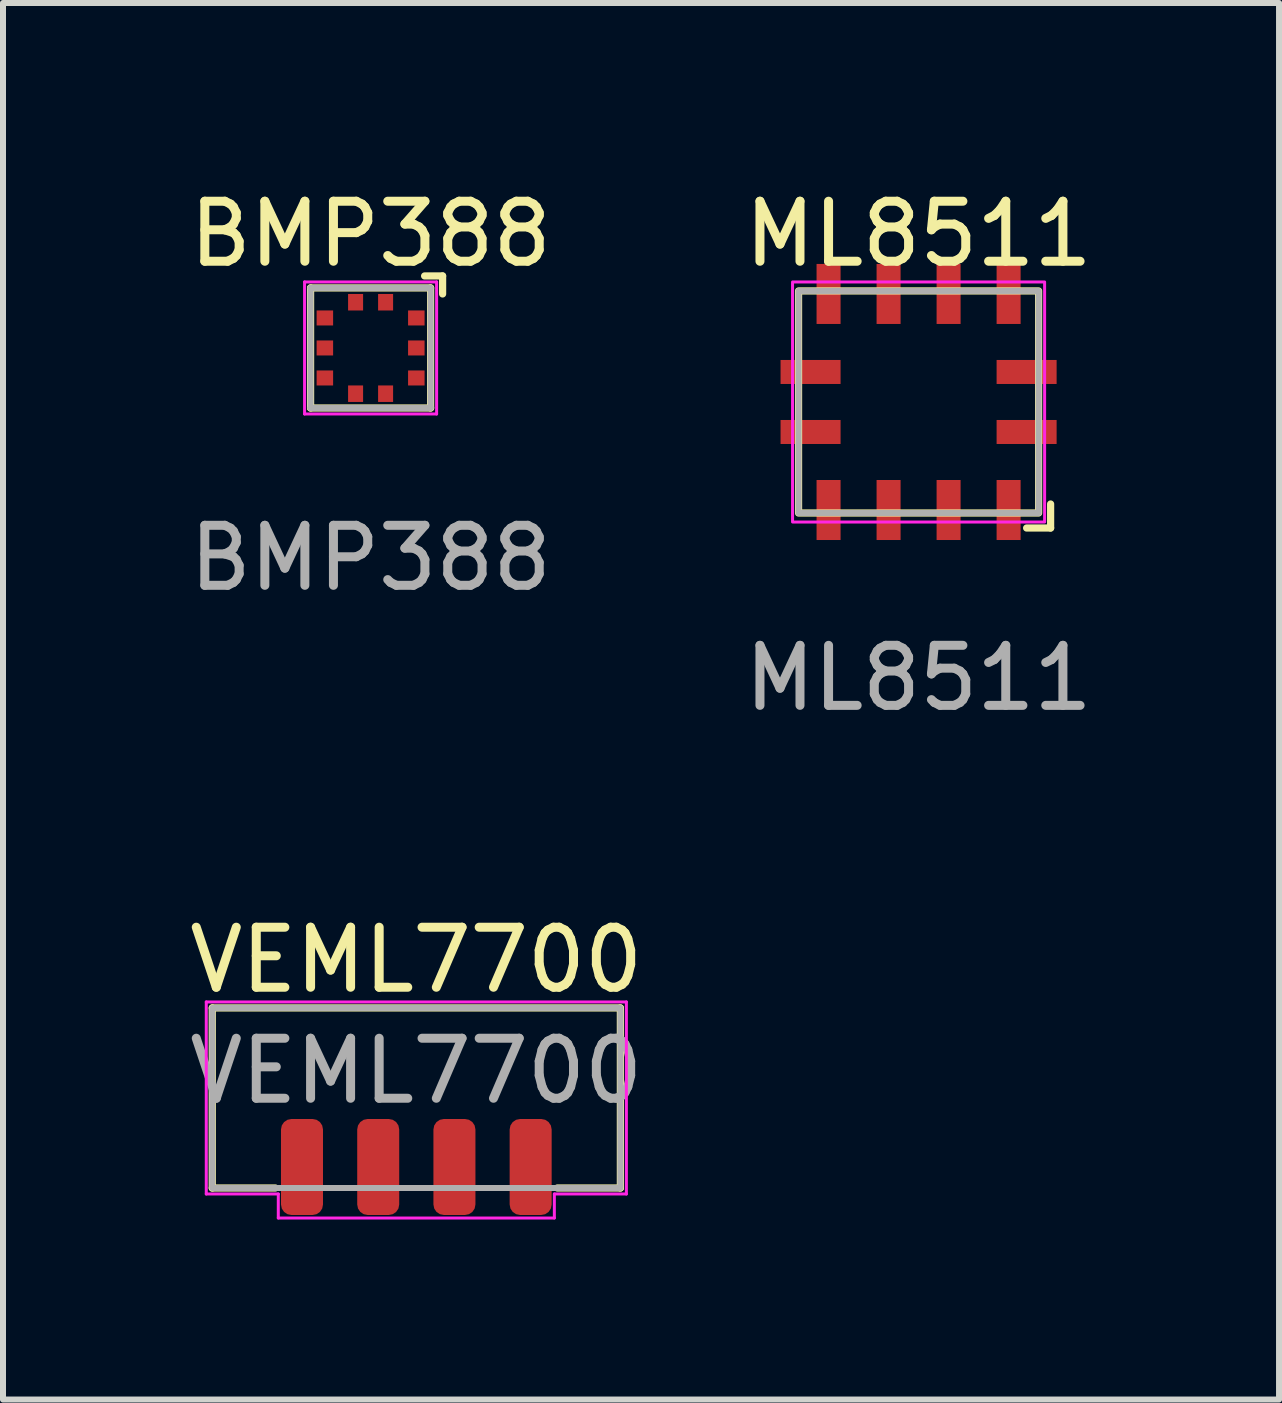
<source format=kicad_pcb>
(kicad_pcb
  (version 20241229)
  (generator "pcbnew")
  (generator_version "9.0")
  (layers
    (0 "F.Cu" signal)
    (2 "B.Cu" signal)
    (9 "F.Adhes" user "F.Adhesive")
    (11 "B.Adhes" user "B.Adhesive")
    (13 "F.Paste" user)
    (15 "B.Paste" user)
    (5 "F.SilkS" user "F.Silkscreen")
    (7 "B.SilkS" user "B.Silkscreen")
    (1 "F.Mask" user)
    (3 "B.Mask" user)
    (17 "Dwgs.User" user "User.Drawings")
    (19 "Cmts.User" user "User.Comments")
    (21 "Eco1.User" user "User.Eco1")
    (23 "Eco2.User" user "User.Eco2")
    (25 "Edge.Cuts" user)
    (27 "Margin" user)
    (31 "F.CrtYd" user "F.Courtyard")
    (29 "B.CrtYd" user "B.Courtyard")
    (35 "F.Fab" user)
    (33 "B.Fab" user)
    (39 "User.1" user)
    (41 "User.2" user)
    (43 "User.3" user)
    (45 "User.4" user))
  (footprint "VEML7700"
    (layer "F.Cu")
    (at 3.887 14.795)
    (property "Reference" "VEML7700" (at 0 -1.85 0) (unlocked yes) (layer "F.SilkS") (effects (font (size 1 1) (thickness 0.15))))
    (attr smd)
    (fp_line (start -3.4 -1.05) (end 3.4 -1.05) (stroke (width 0.12) (type solid)) (layer "F.SilkS"))
    (fp_line (start -3.4 1.95) (end -3.4 -1.05) (stroke (width 0.12) (type solid)) (layer "F.SilkS"))
    (fp_line (start -2.35 1.95) (end -3.4 1.95) (stroke (width 0.12) (type solid)) (layer "F.SilkS"))
    (fp_line (start 3.4 -1.05) (end 3.4 1.95) (stroke (width 0.12) (type solid)) (layer "F.SilkS"))
    (fp_line (start 3.4 1.95) (end 2.35 1.95) (stroke (width 0.12) (type solid)) (layer "F.SilkS"))
    (fp_line (start -3.5 -1.15) (end -3.5 2.05) (stroke (width 0.05) (type solid)) (layer "F.CrtYd"))
    (fp_line (start -3.5 2.05) (end -2.3 2.05) (stroke (width 0.05) (type solid)) (layer "F.CrtYd"))
    (fp_line (start -2.3 2.05) (end -2.3 2.45) (stroke (width 0.05) (type solid)) (layer "F.CrtYd"))
    (fp_line (start -2.3 2.45) (end 2.3 2.45) (stroke (width 0.05) (type solid)) (layer "F.CrtYd"))
    (fp_line (start 2.3 2.05) (end 3.5 2.05) (stroke (width 0.05) (type solid)) (layer "F.CrtYd"))
    (fp_line (start 2.3 2.45) (end 2.3 2.05) (stroke (width 0.05) (type solid)) (layer "F.CrtYd"))
    (fp_line (start 3.5 -1.15) (end -3.5 -1.15) (stroke (width 0.05) (type solid)) (layer "F.CrtYd"))
    (fp_line (start 3.5 2.05) (end 3.5 -1.15) (stroke (width 0.05) (type solid)) (layer "F.CrtYd"))
    (fp_rect (start -3.4 -1.05) (end 3.4 1.95) (stroke (width 0.1) (type solid)) (fill no) (layer "F.Fab"))
    (fp_text user "${REFERENCE}" (at 0 0 0) (unlocked yes) (layer "F.Fab") (effects (font (size 1 1) (thickness 0.15))))
    (pad "1" smd roundrect (at -1.905 1.6) (size 0.7 1.6) (layers "F.Cu" "F.Mask" "F.Paste") (roundrect_rratio 0.25))
    (pad "2" smd roundrect (at -0.635 1.6) (size 0.7 1.6) (layers "F.Cu" "F.Mask" "F.Paste") (roundrect_rratio 0.25))
    (pad "3" smd roundrect (at 0.635 1.6) (size 0.7 1.6) (layers "F.Cu" "F.Mask" "F.Paste") (roundrect_rratio 0.25))
    (pad "4" smd roundrect (at 1.905 1.6) (size 0.7 1.6) (layers "F.Cu" "F.Mask" "F.Paste") (roundrect_rratio 0.25)))
  (footprint "BMP388"
    (layer "F.Cu")
    (at 3.125 2.748)
    (property "Reference" "BMP388" (at 0 -1.9 0) (unlocked yes) (layer "F.SilkS") (effects (font (size 1 1) (thickness 0.15))))
    (attr smd)
    (fp_line (start -1 -1) (end -1 1) (stroke (width 0.12) (type solid)) (layer "F.SilkS"))
    (fp_line (start -1 1) (end 1 1) (stroke (width 0.12) (type solid)) (layer "F.SilkS"))
    (fp_line (start 1 -1) (end -1 -1) (stroke (width 0.12) (type solid)) (layer "F.SilkS"))
    (fp_line (start 1 1) (end 1 -1) (stroke (width 0.12) (type solid)) (layer "F.SilkS"))
    (fp_line (start 1.2 -1.2) (end 0.9 -1.2) (stroke (width 0.12) (type solid)) (layer "F.SilkS"))
    (fp_line (start 1.2 -0.9) (end 1.2 -1.2) (stroke (width 0.12) (type solid)) (layer "F.SilkS"))
    (fp_line (start -1.1 -1.1) (end 1.1 -1.1) (stroke (width 0.05) (type solid)) (layer "F.CrtYd"))
    (fp_line (start -1.1 1.1) (end -1.1 -1.1) (stroke (width 0.05) (type solid)) (layer "F.CrtYd"))
    (fp_line (start 1.1 -1.1) (end 1.1 1.1) (stroke (width 0.05) (type solid)) (layer "F.CrtYd"))
    (fp_line (start 1.1 1.1) (end -1.1 1.1) (stroke (width 0.05) (type solid)) (layer "F.CrtYd"))
    (fp_line (start -1 -1) (end -1 1) (stroke (width 0.1) (type solid)) (layer "F.Fab"))
    (fp_line (start -1 1) (end 1 1) (stroke (width 0.1) (type solid)) (layer "F.Fab"))
    (fp_line (start 1 -1) (end -1 -1) (stroke (width 0.1) (type solid)) (layer "F.Fab"))
    (fp_line (start 1 1) (end 1 -1) (stroke (width 0.1) (type solid)) (layer "F.Fab"))
    (fp_text user "${REFERENCE}" (at 0 3.5 0) (unlocked yes) (layer "F.Fab") (effects (font (size 1 1) (thickness 0.15))))
    (pad "1" smd rect (at 0.25 -0.762) (size 0.25 0.275) (layers "F.Cu" "F.Mask" "F.Paste"))
    (pad "2" smd rect (at -0.25 -0.762) (size 0.25 0.275) (layers "F.Cu" "F.Mask" "F.Paste"))
    (pad "3" smd rect (at -0.762 -0.5) (size 0.275 0.25) (layers "F.Cu" "F.Mask" "F.Paste"))
    (pad "4" smd rect (at -0.762 0) (size 0.275 0.25) (layers "F.Cu" "F.Mask" "F.Paste"))
    (pad "5" smd rect (at -0.762 0.5) (size 0.275 0.25) (layers "F.Cu" "F.Mask" "F.Paste"))
    (pad "6" smd rect (at -0.25 0.762) (size 0.25 0.275) (layers "F.Cu" "F.Mask" "F.Paste"))
    (pad "7" smd rect (at 0.25 0.762) (size 0.25 0.275) (layers "F.Cu" "F.Mask" "F.Paste"))
    (pad "8" smd rect (at 0.762 0.5) (size 0.275 0.25) (layers "F.Cu" "F.Mask" "F.Paste"))
    (pad "9" smd rect (at 0.762 0) (size 0.275 0.25) (layers "F.Cu" "F.Mask" "F.Paste"))
    (pad "10" smd rect (at 0.762 -0.5) (size 0.275 0.25) (layers "F.Cu" "F.Mask" "F.Paste")))
  (footprint "ML8511"
    (layer "F.Cu")
    (at 12.256 3.648)
    (property "Reference" "ML8511" (at 0 -2.8 0) (unlocked yes) (layer "F.SilkS") (effects (font (size 1 1) (thickness 0.15))))
    (attr smd)
    (fp_line (start 1.8 2.1) (end 2.2 2.1) (stroke (width 0.12) (type solid)) (layer "F.SilkS"))
    (fp_line (start 2.2 2.1) (end 2.2 1.7) (stroke (width 0.12) (type solid)) (layer "F.SilkS"))
    (fp_rect (start -2 -1.85) (end 2 1.85) (stroke (width 0.12) (type solid)) (fill no) (layer "F.SilkS"))
    (fp_rect (start -2.1 -2) (end 2.1 2) (stroke (width 0.05) (type solid)) (fill no) (layer "F.CrtYd"))
    (fp_rect (start -2 -1.85) (end 2 1.85) (stroke (width 0.1) (type solid)) (fill no) (layer "F.Fab"))
    (fp_text user "${REFERENCE}" (at 0 4.6 0) (unlocked yes) (layer "F.Fab") (effects (font (size 1 1) (thickness 0.15))))
    (pad "1" smd rect (at 1.5 1.5) (size 0.4 1) (drill (offset 0 0.3)) (layers "F.Cu" "F.Mask" "F.Paste"))
    (pad "2" smd rect (at 1.5 0.5) (size 1 0.4) (drill (offset 0.3 0)) (layers "F.Cu" "F.Mask" "F.Paste"))
    (pad "3" smd rect (at 1.5 -0.5) (size 1 0.4) (drill (offset 0.3 0)) (layers "F.Cu" "F.Mask" "F.Paste"))
    (pad "4" smd rect (at 1.5 -1.5) (size 0.4 1) (drill (offset 0 -0.3)) (layers "F.Cu" "F.Mask" "F.Paste"))
    (pad "5" smd rect (at 0.5 -1.5) (size 0.4 1) (drill (offset 0 -0.3)) (layers "F.Cu" "F.Mask" "F.Paste"))
    (pad "6" smd rect (at -0.5 -1.5) (size 0.4 1) (drill (offset 0 -0.3)) (layers "F.Cu" "F.Mask" "F.Paste"))
    (pad "7" smd rect (at -1.5 -1.5) (size 0.4 1) (drill (offset 0 -0.3)) (layers "F.Cu" "F.Mask" "F.Paste"))
    (pad "8" smd rect (at -1.5 -0.5) (size 1 0.4) (drill (offset -0.3 0)) (layers "F.Cu" "F.Mask" "F.Paste"))
    (pad "9" smd rect (at -1.5 0.5) (size 1 0.4) (drill (offset -0.3 0)) (layers "F.Cu" "F.Mask" "F.Paste"))
    (pad "10" smd rect (at -1.5 1.5) (size 0.4 1) (drill (offset 0 0.3)) (layers "F.Cu" "F.Mask" "F.Paste"))
    (pad "11" smd rect (at -0.5 1.5) (size 0.4 1) (drill (offset 0 0.3)) (layers "F.Cu" "F.Mask" "F.Paste"))
    (pad "12" smd rect (at 0.5 1.5) (size 0.4 1) (drill (offset 0 0.3)) (layers "F.Cu" "F.Mask" "F.Paste")))
  (gr_rect
    (start -3 -3)
    (end 18.262 20.27)
    (stroke (width 0.1) (type default))
    (fill no)
    (layer "Edge.Cuts")))
</source>
